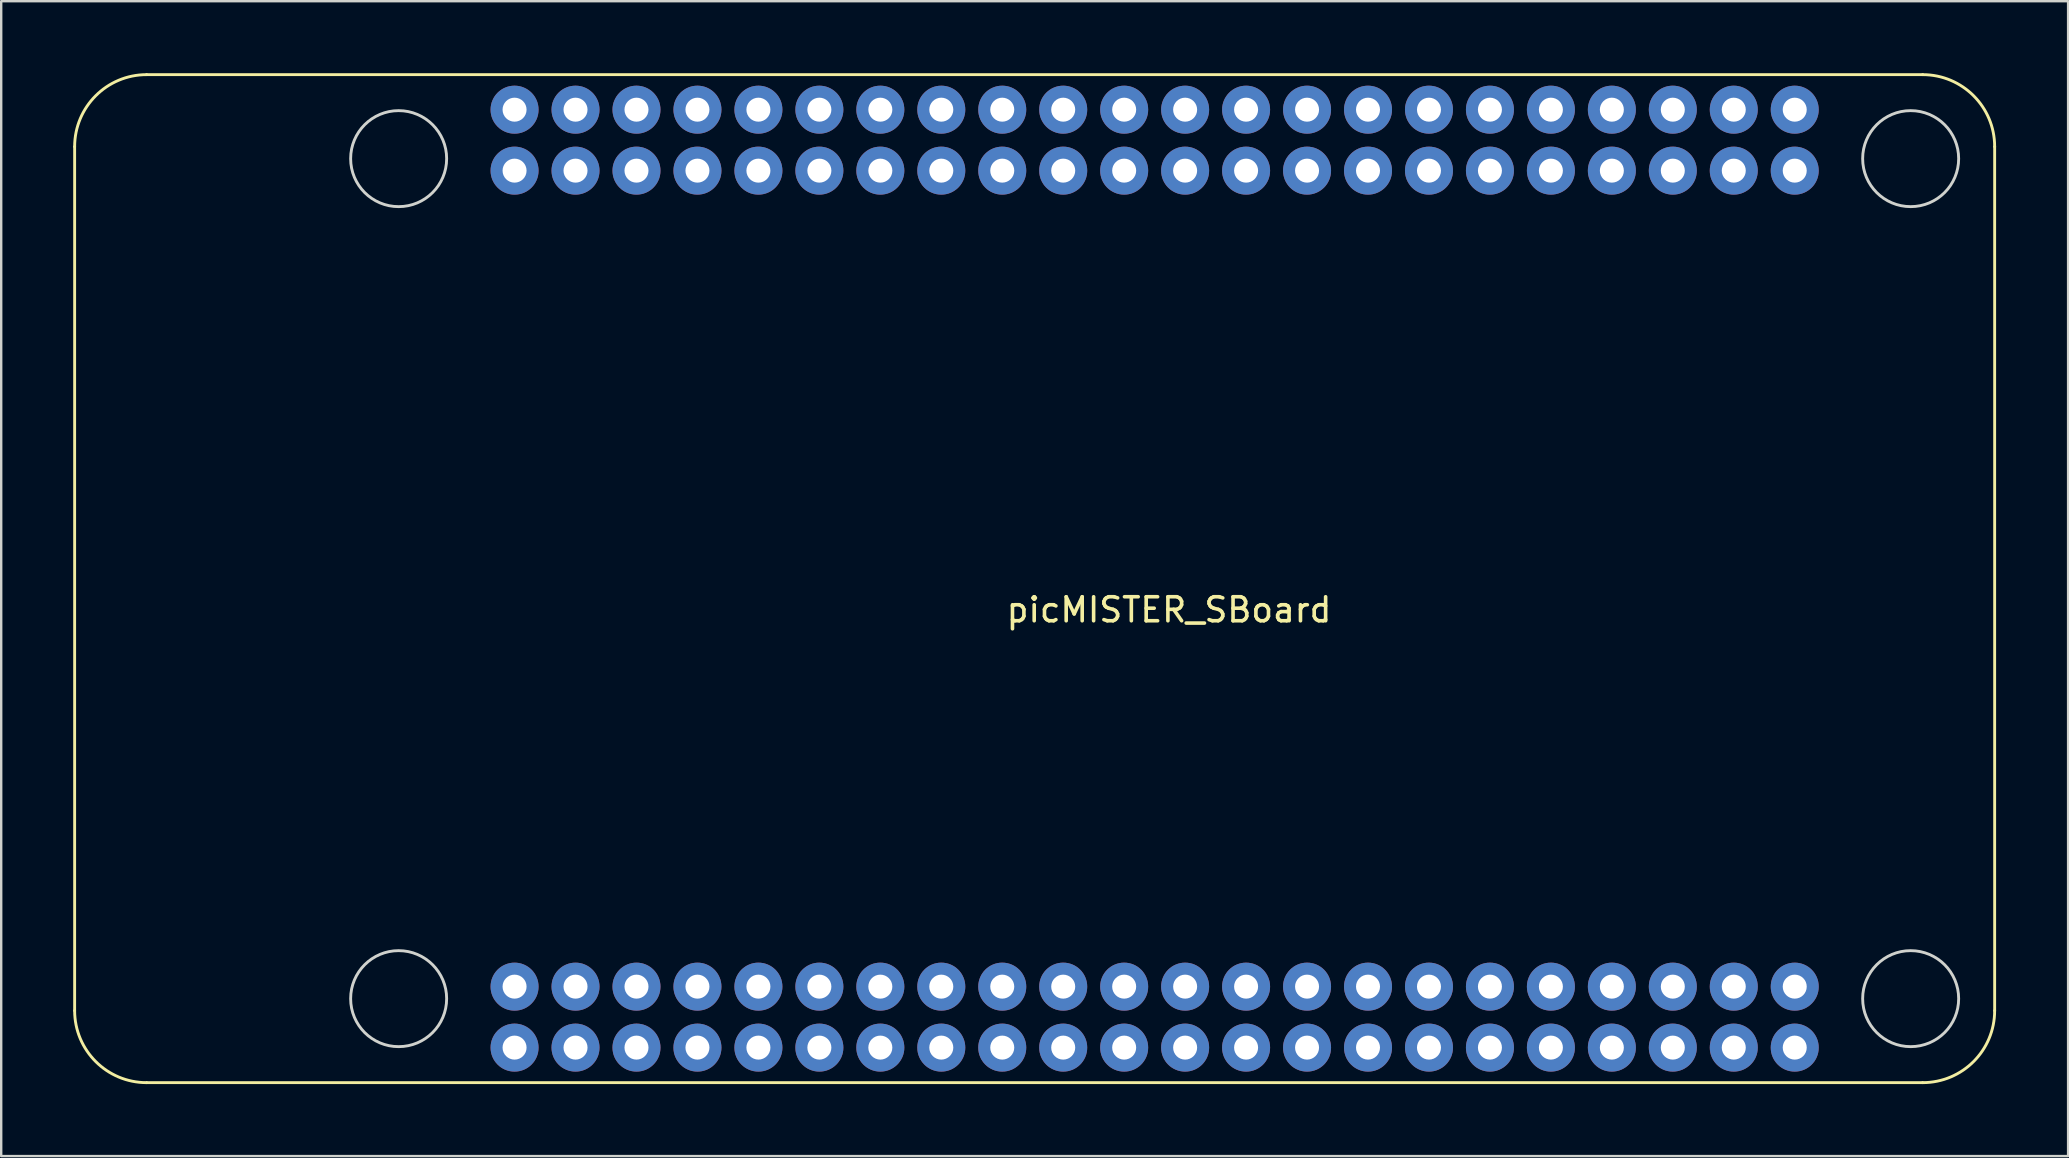
<source format=kicad_pcb>
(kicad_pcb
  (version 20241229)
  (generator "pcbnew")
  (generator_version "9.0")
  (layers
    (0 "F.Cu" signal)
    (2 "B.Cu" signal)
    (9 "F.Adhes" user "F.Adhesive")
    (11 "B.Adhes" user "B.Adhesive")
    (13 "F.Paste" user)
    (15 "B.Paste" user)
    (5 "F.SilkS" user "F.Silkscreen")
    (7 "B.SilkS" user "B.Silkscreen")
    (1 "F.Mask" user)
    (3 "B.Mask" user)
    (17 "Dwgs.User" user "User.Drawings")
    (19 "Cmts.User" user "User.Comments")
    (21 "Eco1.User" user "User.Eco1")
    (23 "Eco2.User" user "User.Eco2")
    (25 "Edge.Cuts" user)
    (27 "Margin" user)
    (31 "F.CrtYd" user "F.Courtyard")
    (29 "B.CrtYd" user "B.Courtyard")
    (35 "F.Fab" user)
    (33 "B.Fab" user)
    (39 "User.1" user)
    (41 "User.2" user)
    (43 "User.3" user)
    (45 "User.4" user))
  (footprint "picMISTER_SBoard"
    (layer "F.Cu")
    (at 45.06 21.06)
    (property "Reference" "picMISTER_SBoard" (at 0.6 1.3 0) (layer "F.SilkS") (effects (font (size 1 1) (thickness 0.15))))
    (attr through_hole)
    (fp_line (start -45 18) (end -45 -18) (stroke (width 0.12) (type solid)) (layer "F.SilkS"))
    (fp_line (start -42 -21) (end 32 -21) (stroke (width 0.12) (type solid)) (layer "F.SilkS"))
    (fp_line (start 32 21) (end -42 21) (stroke (width 0.12) (type solid)) (layer "F.SilkS"))
    (fp_line (start 35 -18) (end 35 18) (stroke (width 0.12) (type solid)) (layer "F.SilkS"))
    (fp_arc (start -45 -18) (mid -44.12132 -20.12132) (end -42 -21) (stroke (width 0.12) (type solid)) (layer "F.SilkS"))
    (fp_arc (start -42 21) (mid -44.12132 20.12132) (end -45 18) (stroke (width 0.12) (type solid)) (layer "F.SilkS"))
    (fp_arc (start 32 -21) (mid 34.12132 -20.12132) (end 35 -18) (stroke (width 0.12) (type solid)) (layer "F.SilkS"))
    (fp_arc (start 35 18) (mid 34.12132 20.12132) (end 32 21) (stroke (width 0.12) (type solid)) (layer "F.SilkS"))
    (fp_circle (center -31.5 -17.5) (end -29.5 -17.5) (stroke (width 0.12) (type solid)) (fill no) (layer "Edge.Cuts"))
    (fp_circle (center -31.5 17.5) (end -29.5 17.5) (stroke (width 0.12) (type solid)) (fill no) (layer "Edge.Cuts"))
    (fp_circle (center 31.5 -17.5) (end 33.5 -17.5) (stroke (width 0.12) (type solid)) (fill no) (layer "Edge.Cuts"))
    (fp_circle (center 31.5 17.5) (end 33.5 17.5) (stroke (width 0.12) (type solid)) (fill no) (layer "Edge.Cuts"))
    (pad "1" thru_hole circle (at -26.67 17) (size 2 2) (drill 1) (layers "*.Cu" "*.Mask"))
    (pad "1" thru_hole circle (at -26.67 19.54) (size 2 2) (drill 1) (layers "*.Cu" "*.Mask"))
    (pad "2" thru_hole circle (at -24.13 17) (size 2 2) (drill 1) (layers "*.Cu" "*.Mask"))
    (pad "2" thru_hole circle (at -24.13 19.54) (size 2 2) (drill 1) (layers "*.Cu" "*.Mask"))
    (pad "3" thru_hole circle (at -21.59 17) (size 2 2) (drill 1) (layers "*.Cu" "*.Mask"))
    (pad "3" thru_hole circle (at -21.59 19.54) (size 2 2) (drill 1) (layers "*.Cu" "*.Mask"))
    (pad "4" thru_hole circle (at -19.05 17) (size 2 2) (drill 1) (layers "*.Cu" "*.Mask"))
    (pad "4" thru_hole circle (at -19.05 19.54) (size 2 2) (drill 1) (layers "*.Cu" "*.Mask"))
    (pad "5" thru_hole circle (at -16.51 17) (size 2 2) (drill 1) (layers "*.Cu" "*.Mask"))
    (pad "5" thru_hole circle (at -16.51 19.54) (size 2 2) (drill 1) (layers "*.Cu" "*.Mask"))
    (pad "6" thru_hole circle (at -13.97 17) (size 2 2) (drill 1) (layers "*.Cu" "*.Mask"))
    (pad "6" thru_hole circle (at -13.97 19.54) (size 2 2) (drill 1) (layers "*.Cu" "*.Mask"))
    (pad "7" thru_hole circle (at -11.43 17) (size 2 2) (drill 1) (layers "*.Cu" "*.Mask"))
    (pad "7" thru_hole circle (at -11.43 19.54) (size 2 2) (drill 1) (layers "*.Cu" "*.Mask"))
    (pad "8" thru_hole circle (at -8.89 17) (size 2 2) (drill 1) (layers "*.Cu" "*.Mask"))
    (pad "8" thru_hole circle (at -8.89 19.54) (size 2 2) (drill 1) (layers "*.Cu" "*.Mask"))
    (pad "9" thru_hole circle (at -6.35 17) (size 2 2) (drill 1) (layers "*.Cu" "*.Mask"))
    (pad "9" thru_hole circle (at -6.35 19.54) (size 2 2) (drill 1) (layers "*.Cu" "*.Mask"))
    (pad "10" thru_hole circle (at -3.81 17) (size 2 2) (drill 1) (layers "*.Cu" "*.Mask"))
    (pad "10" thru_hole circle (at -3.81 19.54) (size 2 2) (drill 1) (layers "*.Cu" "*.Mask"))
    (pad "11" thru_hole circle (at -1.27 17) (size 2 2) (drill 1) (layers "*.Cu" "*.Mask"))
    (pad "11" thru_hole circle (at -1.27 19.54) (size 2 2) (drill 1) (layers "*.Cu" "*.Mask"))
    (pad "12" thru_hole circle (at 1.27 17) (size 2 2) (drill 1) (layers "*.Cu" "*.Mask"))
    (pad "12" thru_hole circle (at 1.27 19.54) (size 2 2) (drill 1) (layers "*.Cu" "*.Mask"))
    (pad "13" thru_hole circle (at 3.81 17) (size 2 2) (drill 1) (layers "*.Cu" "*.Mask"))
    (pad "13" thru_hole circle (at 3.81 19.54) (size 2 2) (drill 1) (layers "*.Cu" "*.Mask"))
    (pad "14" thru_hole circle (at 6.35 17) (size 2 2) (drill 1) (layers "*.Cu" "*.Mask"))
    (pad "14" thru_hole circle (at 6.35 19.54) (size 2 2) (drill 1) (layers "*.Cu" "*.Mask"))
    (pad "15" thru_hole circle (at 8.89 17) (size 2 2) (drill 1) (layers "*.Cu" "*.Mask"))
    (pad "15" thru_hole circle (at 8.89 19.54) (size 2 2) (drill 1) (layers "*.Cu" "*.Mask"))
    (pad "16" thru_hole circle (at 11.43 17) (size 2 2) (drill 1) (layers "*.Cu" "*.Mask"))
    (pad "16" thru_hole circle (at 11.43 19.54) (size 2 2) (drill 1) (layers "*.Cu" "*.Mask"))
    (pad "17" thru_hole circle (at 13.97 17) (size 2 2) (drill 1) (layers "*.Cu" "*.Mask"))
    (pad "17" thru_hole circle (at 13.97 19.54) (size 2 2) (drill 1) (layers "*.Cu" "*.Mask"))
    (pad "18" thru_hole circle (at 16.51 17) (size 2 2) (drill 1) (layers "*.Cu" "*.Mask"))
    (pad "18" thru_hole circle (at 16.51 19.54) (size 2 2) (drill 1) (layers "*.Cu" "*.Mask"))
    (pad "19" thru_hole circle (at 19.05 17) (size 2 2) (drill 1) (layers "*.Cu" "*.Mask"))
    (pad "19" thru_hole circle (at 19.05 19.54) (size 2 2) (drill 1) (layers "*.Cu" "*.Mask"))
    (pad "20" thru_hole circle (at 21.59 17) (size 2 2) (drill 1) (layers "*.Cu" "*.Mask"))
    (pad "20" thru_hole circle (at 21.59 19.54) (size 2 2) (drill 1) (layers "*.Cu" "*.Mask"))
    (pad "21" thru_hole circle (at 24.13 17) (size 2 2) (drill 1) (layers "*.Cu" "*.Mask"))
    (pad "21" thru_hole circle (at 24.13 19.54) (size 2 2) (drill 1) (layers "*.Cu" "*.Mask"))
    (pad "22" thru_hole circle (at 26.67 17) (size 2 2) (drill 1) (layers "*.Cu" "*.Mask"))
    (pad "22" thru_hole circle (at 26.67 19.54) (size 2 2) (drill 1) (layers "*.Cu" "*.Mask"))
    (pad "23" thru_hole circle (at 26.67 -19.54) (size 2 2) (drill 1) (layers "*.Cu" "*.Mask"))
    (pad "23" thru_hole circle (at 26.67 -17) (size 2 2) (drill 1) (layers "*.Cu" "*.Mask"))
    (pad "24" thru_hole circle (at 24.13 -19.54) (size 2 2) (drill 1) (layers "*.Cu" "*.Mask"))
    (pad "24" thru_hole circle (at 24.13 -17) (size 2 2) (drill 1) (layers "*.Cu" "*.Mask"))
    (pad "25" thru_hole circle (at 21.59 -19.54) (size 2 2) (drill 1) (layers "*.Cu" "*.Mask"))
    (pad "25" thru_hole circle (at 21.59 -17) (size 2 2) (drill 1) (layers "*.Cu" "*.Mask"))
    (pad "26" thru_hole circle (at 19.05 -19.54) (size 2 2) (drill 1) (layers "*.Cu" "*.Mask"))
    (pad "26" thru_hole circle (at 19.05 -17) (size 2 2) (drill 1) (layers "*.Cu" "*.Mask"))
    (pad "27" thru_hole circle (at 16.51 -19.54) (size 2 2) (drill 1) (layers "*.Cu" "*.Mask"))
    (pad "27" thru_hole circle (at 16.51 -17) (size 2 2) (drill 1) (layers "*.Cu" "*.Mask"))
    (pad "28" thru_hole circle (at 13.97 -19.54) (size 2 2) (drill 1) (layers "*.Cu" "*.Mask"))
    (pad "28" thru_hole circle (at 13.97 -17) (size 2 2) (drill 1) (layers "*.Cu" "*.Mask"))
    (pad "29" thru_hole circle (at 11.43 -19.54) (size 2 2) (drill 1) (layers "*.Cu" "*.Mask"))
    (pad "29" thru_hole circle (at 11.43 -17) (size 2 2) (drill 1) (layers "*.Cu" "*.Mask"))
    (pad "30" thru_hole circle (at 8.89 -19.54) (size 2 2) (drill 1) (layers "*.Cu" "*.Mask"))
    (pad "30" thru_hole circle (at 8.89 -17) (size 2 2) (drill 1) (layers "*.Cu" "*.Mask"))
    (pad "31" thru_hole circle (at 6.35 -19.54) (size 2 2) (drill 1) (layers "*.Cu" "*.Mask"))
    (pad "31" thru_hole circle (at 6.35 -17) (size 2 2) (drill 1) (layers "*.Cu" "*.Mask"))
    (pad "32" thru_hole circle (at 3.81 -19.54) (size 2 2) (drill 1) (layers "*.Cu" "*.Mask"))
    (pad "32" thru_hole circle (at 3.81 -17) (size 2 2) (drill 1) (layers "*.Cu" "*.Mask"))
    (pad "33" thru_hole circle (at 1.27 -19.54) (size 2 2) (drill 1) (layers "*.Cu" "*.Mask"))
    (pad "33" thru_hole circle (at 1.27 -17) (size 2 2) (drill 1) (layers "*.Cu" "*.Mask"))
    (pad "34" thru_hole circle (at -1.27 -19.54) (size 2 2) (drill 1) (layers "*.Cu" "*.Mask"))
    (pad "34" thru_hole circle (at -1.27 -17) (size 2 2) (drill 1) (layers "*.Cu" "*.Mask"))
    (pad "35" thru_hole circle (at -3.81 -19.54) (size 2 2) (drill 1) (layers "*.Cu" "*.Mask"))
    (pad "35" thru_hole circle (at -3.81 -17) (size 2 2) (drill 1) (layers "*.Cu" "*.Mask"))
    (pad "36" thru_hole circle (at -6.35 -19.54) (size 2 2) (drill 1) (layers "*.Cu" "*.Mask"))
    (pad "36" thru_hole circle (at -6.35 -17) (size 2 2) (drill 1) (layers "*.Cu" "*.Mask"))
    (pad "37" thru_hole circle (at -8.89 -19.54) (size 2 2) (drill 1) (layers "*.Cu" "*.Mask"))
    (pad "37" thru_hole circle (at -8.89 -17) (size 2 2) (drill 1) (layers "*.Cu" "*.Mask"))
    (pad "38" thru_hole circle (at -11.43 -19.54) (size 2 2) (drill 1) (layers "*.Cu" "*.Mask"))
    (pad "38" thru_hole circle (at -11.43 -17) (size 2 2) (drill 1) (layers "*.Cu" "*.Mask"))
    (pad "39" thru_hole circle (at -13.97 -19.54) (size 2 2) (drill 1) (layers "*.Cu" "*.Mask"))
    (pad "39" thru_hole circle (at -13.97 -17) (size 2 2) (drill 1) (layers "*.Cu" "*.Mask"))
    (pad "40" thru_hole circle (at -16.51 -19.54) (size 2 2) (drill 1) (layers "*.Cu" "*.Mask"))
    (pad "40" thru_hole circle (at -16.51 -17) (size 2 2) (drill 1) (layers "*.Cu" "*.Mask"))
    (pad "41" thru_hole circle (at -19.05 -19.54) (size 2 2) (drill 1) (layers "*.Cu" "*.Mask"))
    (pad "41" thru_hole circle (at -19.05 -17) (size 2 2) (drill 1) (layers "*.Cu" "*.Mask"))
    (pad "42" thru_hole circle (at -21.59 -19.54) (size 2 2) (drill 1) (layers "*.Cu" "*.Mask"))
    (pad "42" thru_hole circle (at -21.59 -17) (size 2 2) (drill 1) (layers "*.Cu" "*.Mask"))
    (pad "43" thru_hole circle (at -24.13 -19.54) (size 2 2) (drill 1) (layers "*.Cu" "*.Mask"))
    (pad "43" thru_hole circle (at -24.13 -17) (size 2 2) (drill 1) (layers "*.Cu" "*.Mask"))
    (pad "44" thru_hole circle (at -26.67 -19.54) (size 2 2) (drill 1) (layers "*.Cu" "*.Mask"))
    (pad "44" thru_hole circle (at -26.67 -17) (size 2 2) (drill 1) (layers "*.Cu" "*.Mask")))
  (gr_rect
    (start -3 -3)
    (end 83.12 45.12)
    (stroke (width 0.1) (type default))
    (fill no)
    (layer "Edge.Cuts")))
</source>
